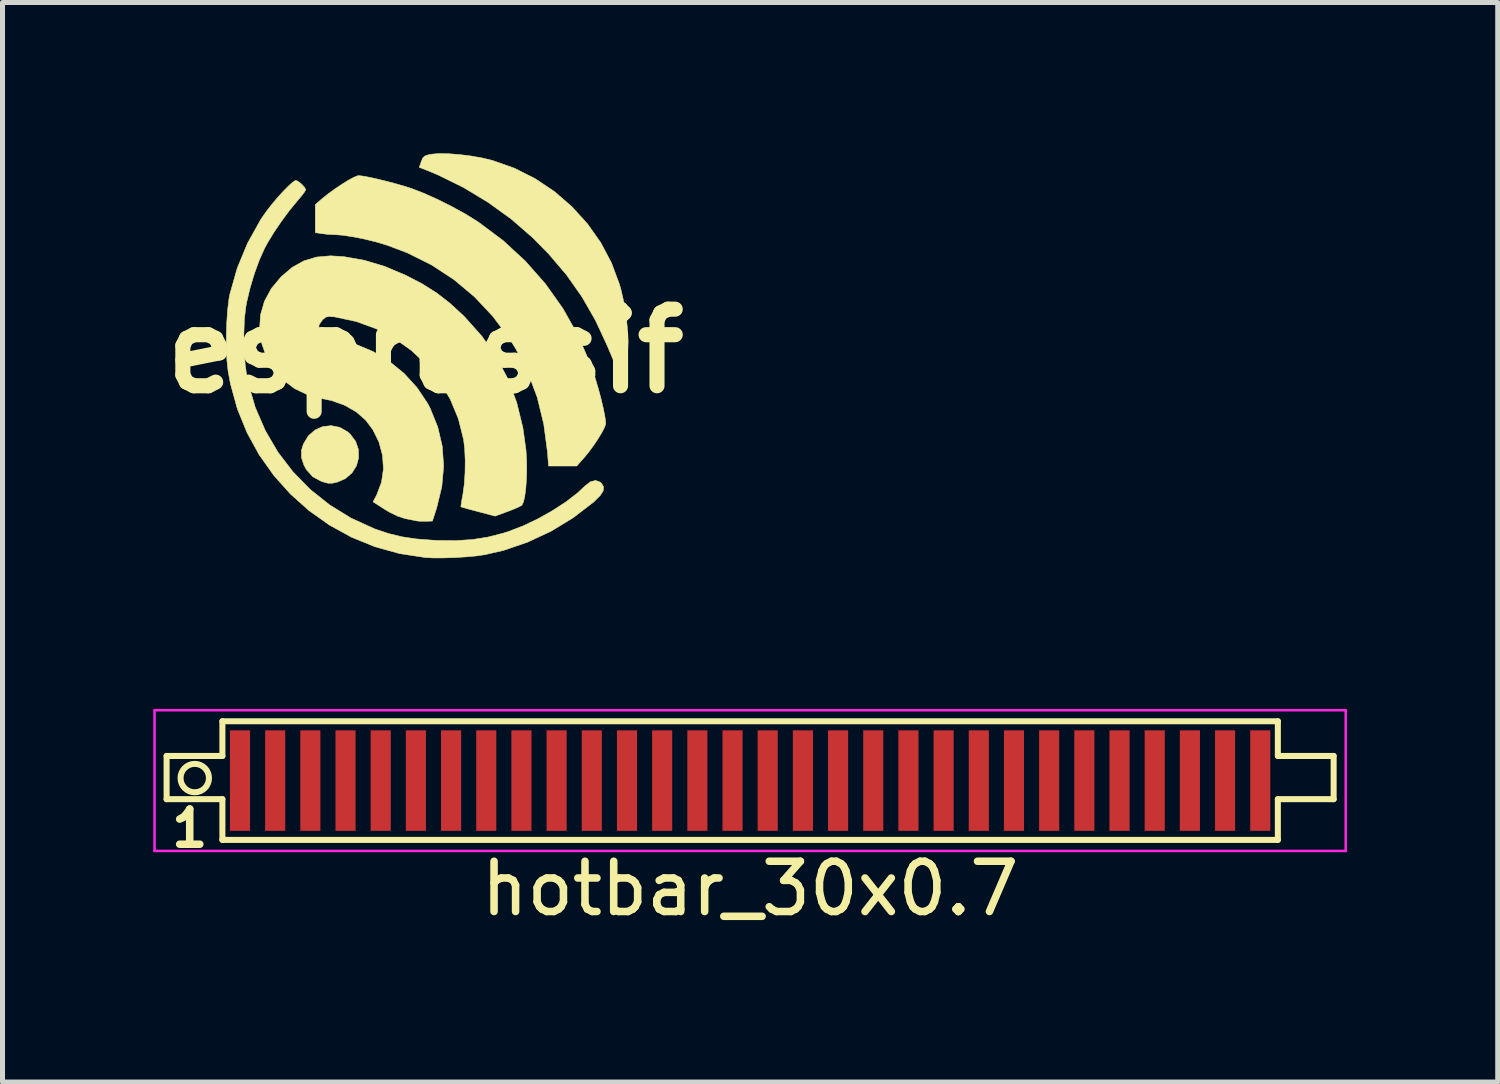
<source format=kicad_pcb>
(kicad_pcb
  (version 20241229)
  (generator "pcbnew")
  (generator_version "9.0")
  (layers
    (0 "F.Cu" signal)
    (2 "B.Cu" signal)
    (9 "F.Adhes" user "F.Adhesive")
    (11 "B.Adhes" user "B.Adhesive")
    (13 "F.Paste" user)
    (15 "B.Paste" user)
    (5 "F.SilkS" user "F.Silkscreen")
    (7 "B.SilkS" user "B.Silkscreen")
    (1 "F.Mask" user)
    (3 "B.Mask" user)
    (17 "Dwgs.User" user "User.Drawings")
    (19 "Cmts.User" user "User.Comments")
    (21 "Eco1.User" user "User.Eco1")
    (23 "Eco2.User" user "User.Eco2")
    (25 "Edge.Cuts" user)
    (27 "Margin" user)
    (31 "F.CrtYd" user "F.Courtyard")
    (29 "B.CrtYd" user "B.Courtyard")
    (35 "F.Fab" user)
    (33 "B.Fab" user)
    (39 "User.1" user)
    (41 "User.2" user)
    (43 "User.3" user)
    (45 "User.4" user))
  (footprint "espressif"
    (layer "F.Cu")
    (at 5.414 3.936)
    (property "Reference" "espressif" (at 0 0 0) (layer "F.SilkS") (effects (font (size 1.524 1.524) (thickness 0.3))))
    (attr through_hole)
    (fp_poly (pts (xy -1.706 1.516) (xy -1.548 1.605) (xy -1.499 1.648) (xy -1.389 1.794) (xy -1.333 1.956) (xy -1.329 2.123) (xy -1.372 2.283) (xy -1.462 2.425) (xy -1.593 2.537) (xy -1.746 2.604) (xy -1.85 2.628) (xy -1.933 2.629) (xy -2.027 2.605) (xy -2.075 2.589) (xy -2.241 2.499) (xy -2.366 2.361) (xy -2.416 2.27) (xy -2.467 2.115) (xy -2.465 1.97) (xy -2.427 1.848) (xy -2.33 1.687) (xy -2.197 1.57) (xy -2.042 1.502) (xy -1.875 1.483) (xy -1.706 1.516)) (stroke (width 0.01) (type solid)) (fill yes) (layer "F.SilkS"))
    (fp_poly (pts (xy 0.466 -3.927) (xy 0.685 -3.91) (xy 0.915 -3.881) (xy 1.139 -3.841) (xy 1.334 -3.794) (xy 1.773 -3.639) (xy 2.186 -3.43) (xy 2.57 -3.173) (xy 2.918 -2.871) (xy 3.226 -2.531) (xy 3.49 -2.157) (xy 3.703 -1.754) (xy 3.862 -1.327) (xy 3.889 -1.231) (xy 3.937 -1.024) (xy 3.976 -0.806) (xy 4.006 -0.589) (xy 4.025 -0.383) (xy 4.033 -0.2) (xy 4.029 -0.049) (xy 4.012 0.058) (xy 3.993 0.101) (xy 3.935 0.146) (xy 3.854 0.183) (xy 3.755 0.216) (xy 3.619 -0.106) (xy 3.382 -0.615) (xy 3.115 -1.08) (xy 2.81 -1.514) (xy 2.457 -1.929) (xy 2.13 -2.261) (xy 1.713 -2.624) (xy 1.249 -2.959) (xy 0.757 -3.256) (xy 0.25 -3.506) (xy 0.058 -3.586) (xy -0.122 -3.657) (xy -0.082 -3.773) (xy -0.053 -3.842) (xy -0.014 -3.881) (xy 0.055 -3.905) (xy 0.128 -3.919) (xy 0.275 -3.931) (xy 0.466 -3.927)) (stroke (width 0.01) (type solid)) (fill yes) (layer "F.SilkS"))
    (fp_poly (pts (xy -1.246 -3.483) (xy -1.115 -3.459) (xy -0.953 -3.423) (xy -0.772 -3.379) (xy -0.588 -3.33) (xy -0.415 -3.28) (xy -0.28 -3.237) (xy -0.034 -3.142) (xy 0.241 -3.019) (xy 0.525 -2.877) (xy 0.796 -2.728) (xy 1.033 -2.581) (xy 1.053 -2.568) (xy 1.546 -2.2) (xy 1.991 -1.789) (xy 2.389 -1.337) (xy 2.736 -0.848) (xy 3.032 -0.322) (xy 3.275 0.238) (xy 3.33 0.389) (xy 3.389 0.573) (xy 3.447 0.77) (xy 3.499 0.967) (xy 3.542 1.15) (xy 3.572 1.305) (xy 3.587 1.417) (xy 3.588 1.44) (xy 3.569 1.506) (xy 3.518 1.608) (xy 3.442 1.734) (xy 3.351 1.871) (xy 3.251 2.007) (xy 3.151 2.129) (xy 3.145 2.135) (xy 3.011 2.286) (xy 2.45 2.286) (xy 2.429 2.008) (xy 2.355 1.452) (xy 2.226 0.923) (xy 2.039 0.422) (xy 1.795 -0.052) (xy 1.673 -0.248) (xy 1.346 -0.687) (xy 0.978 -1.079) (xy 0.569 -1.422) (xy 0.122 -1.715) (xy -0.362 -1.956) (xy -0.762 -2.107) (xy -0.976 -2.171) (xy -1.206 -2.228) (xy -1.433 -2.273) (xy -1.639 -2.305) (xy -1.806 -2.318) (xy -1.823 -2.318) (xy -1.944 -2.324) (xy -2.063 -2.337) (xy -2.072 -2.338) (xy -2.191 -2.358) (xy -2.191 -2.916) (xy -2.056 -3.032) (xy -1.938 -3.127) (xy -1.803 -3.225) (xy -1.665 -3.318) (xy -1.535 -3.399) (xy -1.425 -3.458) (xy -1.348 -3.489) (xy -1.33 -3.492) (xy -1.246 -3.483)) (stroke (width 0.01) (type solid)) (fill yes) (layer "F.SilkS"))
    (fp_poly (pts (xy -2.528 -3.375) (xy -2.465 -3.324) (xy -2.408 -3.263) (xy -2.381 -3.213) (xy -2.381 -3.21) (xy -2.401 -3.173) (xy -2.453 -3.103) (xy -2.529 -3.011) (xy -2.557 -2.979) (xy -2.707 -2.796) (xy -2.862 -2.586) (xy -3.01 -2.369) (xy -3.136 -2.163) (xy -3.204 -2.037) (xy -3.305 -1.81) (xy -3.402 -1.544) (xy -3.487 -1.262) (xy -3.552 -0.99) (xy -3.574 -0.873) (xy -3.602 -0.626) (xy -3.612 -0.341) (xy -3.607 -0.04) (xy -3.587 0.254) (xy -3.551 0.519) (xy -3.528 0.635) (xy -3.384 1.123) (xy -3.185 1.582) (xy -2.935 2.01) (xy -2.635 2.401) (xy -2.291 2.753) (xy -1.904 3.061) (xy -1.479 3.323) (xy -1.018 3.533) (xy -1 3.54) (xy -0.735 3.629) (xy -0.468 3.694) (xy -0.181 3.737) (xy 0.144 3.762) (xy 0.254 3.767) (xy 0.619 3.77) (xy 0.943 3.748) (xy 1.245 3.7) (xy 1.545 3.623) (xy 1.662 3.586) (xy 1.949 3.475) (xy 2.243 3.335) (xy 2.53 3.173) (xy 2.796 3) (xy 3.026 2.823) (xy 3.173 2.686) (xy 3.283 2.6) (xy 3.385 2.573) (xy 3.477 2.606) (xy 3.507 2.634) (xy 3.546 2.704) (xy 3.537 2.782) (xy 3.477 2.874) (xy 3.364 2.987) (xy 3.342 3.007) (xy 2.94 3.316) (xy 2.501 3.583) (xy 2.034 3.801) (xy 1.552 3.966) (xy 1.18 4.051) (xy 1.014 4.075) (xy 0.806 4.094) (xy 0.58 4.108) (xy 0.355 4.115) (xy 0.152 4.115) (xy 0 4.107) (xy -0.512 4.029) (xy -1.003 3.893) (xy -1.469 3.703) (xy -1.908 3.462) (xy -2.315 3.174) (xy -2.686 2.843) (xy -3.018 2.471) (xy -3.307 2.063) (xy -3.549 1.622) (xy -3.741 1.151) (xy -3.878 0.654) (xy -3.926 0.397) (xy -3.948 0.194) (xy -3.959 -0.047) (xy -3.961 -0.309) (xy -3.952 -0.573) (xy -3.935 -0.821) (xy -3.909 -1.035) (xy -3.89 -1.135) (xy -3.744 -1.651) (xy -3.539 -2.146) (xy -3.28 -2.612) (xy -3.236 -2.679) (xy -3.152 -2.796) (xy -3.051 -2.925) (xy -2.941 -3.055) (xy -2.831 -3.177) (xy -2.729 -3.28) (xy -2.646 -3.356) (xy -2.589 -3.394) (xy -2.578 -3.397) (xy -2.528 -3.375)) (stroke (width 0.01) (type solid)) (fill yes) (layer "F.SilkS"))
    (fp_poly (pts (xy -1.626 -1.88) (xy -1.214 -1.807) (xy -0.805 -1.684) (xy -0.389 -1.508) (xy -0.064 -1.339) (xy 0.22 -1.16) (xy 0.484 -0.956) (xy 0.751 -0.711) (xy 0.779 -0.683) (xy 1.122 -0.299) (xy 1.409 0.112) (xy 1.641 0.552) (xy 1.817 1.023) (xy 1.94 1.526) (xy 2.001 1.968) (xy 2.013 2.161) (xy 2.016 2.36) (xy 2.01 2.556) (xy 1.997 2.735) (xy 1.977 2.888) (xy 1.951 3.002) (xy 1.92 3.066) (xy 1.915 3.07) (xy 1.863 3.098) (xy 1.77 3.139) (xy 1.653 3.185) (xy 1.627 3.195) (xy 1.387 3.283) (xy 1.051 3.194) (xy 0.914 3.158) (xy 0.803 3.127) (xy 0.73 3.106) (xy 0.707 3.099) (xy 0.709 3.066) (xy 0.721 2.987) (xy 0.741 2.876) (xy 0.747 2.845) (xy 0.774 2.647) (xy 0.789 2.415) (xy 0.792 2.173) (xy 0.782 1.946) (xy 0.76 1.76) (xy 0.656 1.347) (xy 0.496 0.96) (xy 0.286 0.603) (xy 0.029 0.279) (xy -0.27 -0.006) (xy -0.607 -0.248) (xy -0.978 -0.444) (xy -1.377 -0.589) (xy -1.801 -0.68) (xy -1.817 -0.682) (xy -1.915 -0.69) (xy -1.978 -0.677) (xy -2.034 -0.635) (xy -2.047 -0.622) (xy -2.115 -0.525) (xy -2.123 -0.434) (xy -2.073 -0.353) (xy -1.968 -0.286) (xy -1.812 -0.238) (xy -1.753 -0.227) (xy -1.391 -0.138) (xy -1.044 0.007) (xy -0.718 0.204) (xy -0.423 0.445) (xy -0.167 0.725) (xy 0.042 1.037) (xy 0.094 1.136) (xy 0.246 1.511) (xy 0.336 1.897) (xy 0.363 2.292) (xy 0.327 2.694) (xy 0.229 3.102) (xy 0.228 3.107) (xy 0.14 3.381) (xy 0.015 3.386) (xy -0.084 3.386) (xy -0.165 3.38) (xy -0.175 3.378) (xy -0.241 3.364) (xy -0.343 3.344) (xy -0.408 3.331) (xy -0.548 3.285) (xy -0.712 3.206) (xy -0.809 3.148) (xy -1.041 2.999) (xy -0.967 2.857) (xy -0.873 2.608) (xy -0.835 2.344) (xy -0.853 2.075) (xy -0.923 1.812) (xy -1.045 1.564) (xy -1.188 1.374) (xy -1.376 1.209) (xy -1.607 1.077) (xy -1.866 0.984) (xy -2.032 0.95) (xy -2.332 0.875) (xy -2.601 0.747) (xy -2.834 0.571) (xy -3.027 0.349) (xy -3.173 0.089) (xy -3.253 -0.144) (xy -3.299 -0.436) (xy -3.281 -0.719) (xy -3.203 -0.991) (xy -3.065 -1.246) (xy -2.87 -1.48) (xy -2.651 -1.666) (xy -2.42 -1.795) (xy -2.169 -1.871) (xy -1.889 -1.896) (xy -1.626 -1.88)) (stroke (width 0.01) (type solid)) (fill yes) (layer "F.SilkS")))
  (footprint "hotbar_30x0.7"
    (layer "F.Cu")
    (at 11.875 12.481)
    (property "Reference" "hotbar_30x0.7" (at 0 2.15 0) (layer "F.SilkS") (effects (font (size 1 1) (thickness 0.15))))
    (attr smd)
    (fp_line (start -11.61 -0.49) (end -10.5 -0.49) (stroke (width 0.12) (type solid)) (layer "F.SilkS"))
    (fp_line (start -11.61 0.37) (end -11.61 -0.49) (stroke (width 0.12) (type solid)) (layer "F.SilkS"))
    (fp_line (start -10.5 -1.18) (end 10.5 -1.18) (stroke (width 0.12) (type solid)) (layer "F.SilkS"))
    (fp_line (start -10.5 -0.49) (end -10.5 -1.18) (stroke (width 0.12) (type solid)) (layer "F.SilkS"))
    (fp_line (start -10.5 0.37) (end -11.61 0.37) (stroke (width 0.12) (type solid)) (layer "F.SilkS"))
    (fp_line (start -10.5 1.18) (end -10.5 0.37) (stroke (width 0.12) (type solid)) (layer "F.SilkS"))
    (fp_line (start -10.5 1.18) (end 10.5 1.18) (stroke (width 0.12) (type solid)) (layer "F.SilkS"))
    (fp_line (start 10.5 -0.49) (end 10.5 -1.18) (stroke (width 0.12) (type solid)) (layer "F.SilkS"))
    (fp_line (start 10.5 0.37) (end 11.61 0.37) (stroke (width 0.12) (type solid)) (layer "F.SilkS"))
    (fp_line (start 10.5 1.18) (end 10.5 0.37) (stroke (width 0.12) (type solid)) (layer "F.SilkS"))
    (fp_line (start 11.61 -0.49) (end 10.5 -0.49) (stroke (width 0.12) (type solid)) (layer "F.SilkS"))
    (fp_line (start 11.61 0.37) (end 11.61 -0.49) (stroke (width 0.12) (type solid)) (layer "F.SilkS"))
    (fp_circle (center -11.05 -0.05) (end -10.85 -0.25) (stroke (width 0.12) (type solid)) (fill no) (layer "F.SilkS"))
    (fp_line (start -11.85 -1.4) (end -11.85 1.4) (stroke (width 0.05) (type solid)) (layer "F.CrtYd"))
    (fp_line (start -11.85 -1.4) (end 11.85 -1.4) (stroke (width 0.05) (type solid)) (layer "F.CrtYd"))
    (fp_line (start -11.85 1.4) (end 11.85 1.4) (stroke (width 0.05) (type solid)) (layer "F.CrtYd"))
    (fp_line (start 11.85 -1.4) (end 11.85 1.4) (stroke (width 0.05) (type solid)) (layer "F.CrtYd"))
    (fp_text user "1" (at -11.15 0.95 0) (layer "F.SilkS") (effects (font (size 0.7 0.7) (thickness 0.15))))
    (pad "1" smd rect (at -10.15 0) (size 0.4 2) (layers "F.Cu" "F.Mask" "F.Paste"))
    (pad "2" smd rect (at -9.45 0) (size 0.4 2) (layers "F.Cu" "F.Mask" "F.Paste"))
    (pad "3" smd rect (at -8.75 0) (size 0.4 2) (layers "F.Cu" "F.Mask" "F.Paste"))
    (pad "4" smd rect (at -8.05 0) (size 0.4 2) (layers "F.Cu" "F.Mask" "F.Paste"))
    (pad "5" smd rect (at -7.35 0) (size 0.4 2) (layers "F.Cu" "F.Mask" "F.Paste"))
    (pad "6" smd rect (at -6.65 0) (size 0.4 2) (layers "F.Cu" "F.Mask" "F.Paste"))
    (pad "7" smd rect (at -5.95 0) (size 0.4 2) (layers "F.Cu" "F.Mask" "F.Paste"))
    (pad "8" smd rect (at -5.25 0) (size 0.4 2) (layers "F.Cu" "F.Mask" "F.Paste"))
    (pad "9" smd rect (at -4.55 0) (size 0.4 2) (layers "F.Cu" "F.Mask" "F.Paste"))
    (pad "10" smd rect (at -3.85 0) (size 0.4 2) (layers "F.Cu" "F.Mask" "F.Paste"))
    (pad "11" smd rect (at -3.15 0) (size 0.4 2) (layers "F.Cu" "F.Mask" "F.Paste"))
    (pad "12" smd rect (at -2.45 0) (size 0.4 2) (layers "F.Cu" "F.Mask" "F.Paste"))
    (pad "13" smd rect (at -1.75 0) (size 0.4 2) (layers "F.Cu" "F.Mask" "F.Paste"))
    (pad "14" smd rect (at -1.05 0) (size 0.4 2) (layers "F.Cu" "F.Mask" "F.Paste"))
    (pad "15" smd rect (at -0.35 0) (size 0.4 2) (layers "F.Cu" "F.Mask" "F.Paste"))
    (pad "16" smd rect (at 0.35 0) (size 0.4 2) (layers "F.Cu" "F.Mask" "F.Paste"))
    (pad "17" smd rect (at 1.05 0) (size 0.4 2) (layers "F.Cu" "F.Mask" "F.Paste"))
    (pad "18" smd rect (at 1.75 0) (size 0.4 2) (layers "F.Cu" "F.Mask" "F.Paste"))
    (pad "19" smd rect (at 2.45 0) (size 0.4 2) (layers "F.Cu" "F.Mask" "F.Paste"))
    (pad "20" smd rect (at 3.15 0) (size 0.4 2) (layers "F.Cu" "F.Mask" "F.Paste"))
    (pad "21" smd rect (at 3.85 0) (size 0.4 2) (layers "F.Cu" "F.Mask" "F.Paste"))
    (pad "22" smd rect (at 4.55 0) (size 0.4 2) (layers "F.Cu" "F.Mask" "F.Paste"))
    (pad "23" smd rect (at 5.25 0) (size 0.4 2) (layers "F.Cu" "F.Mask" "F.Paste"))
    (pad "24" smd rect (at 5.95 0) (size 0.4 2) (layers "F.Cu" "F.Mask" "F.Paste"))
    (pad "25" smd rect (at 6.65 0) (size 0.4 2) (layers "F.Cu" "F.Mask" "F.Paste"))
    (pad "26" smd rect (at 7.35 0) (size 0.4 2) (layers "F.Cu" "F.Mask" "F.Paste"))
    (pad "27" smd rect (at 8.05 0) (size 0.4 2) (layers "F.Cu" "F.Mask" "F.Paste"))
    (pad "28" smd rect (at 8.75 0) (size 0.4 2) (layers "F.Cu" "F.Mask" "F.Paste"))
    (pad "29" smd rect (at 9.45 0) (size 0.4 2) (layers "F.Cu" "F.Mask" "F.Paste"))
    (pad "30" smd rect (at 10.15 0) (size 0.4 2) (layers "F.Cu" "F.Mask" "F.Paste")))
  (gr_rect
    (start -3 -3)
    (end 26.75 18.479)
    (stroke (width 0.1) (type default))
    (fill no)
    (layer "Edge.Cuts")))
</source>
